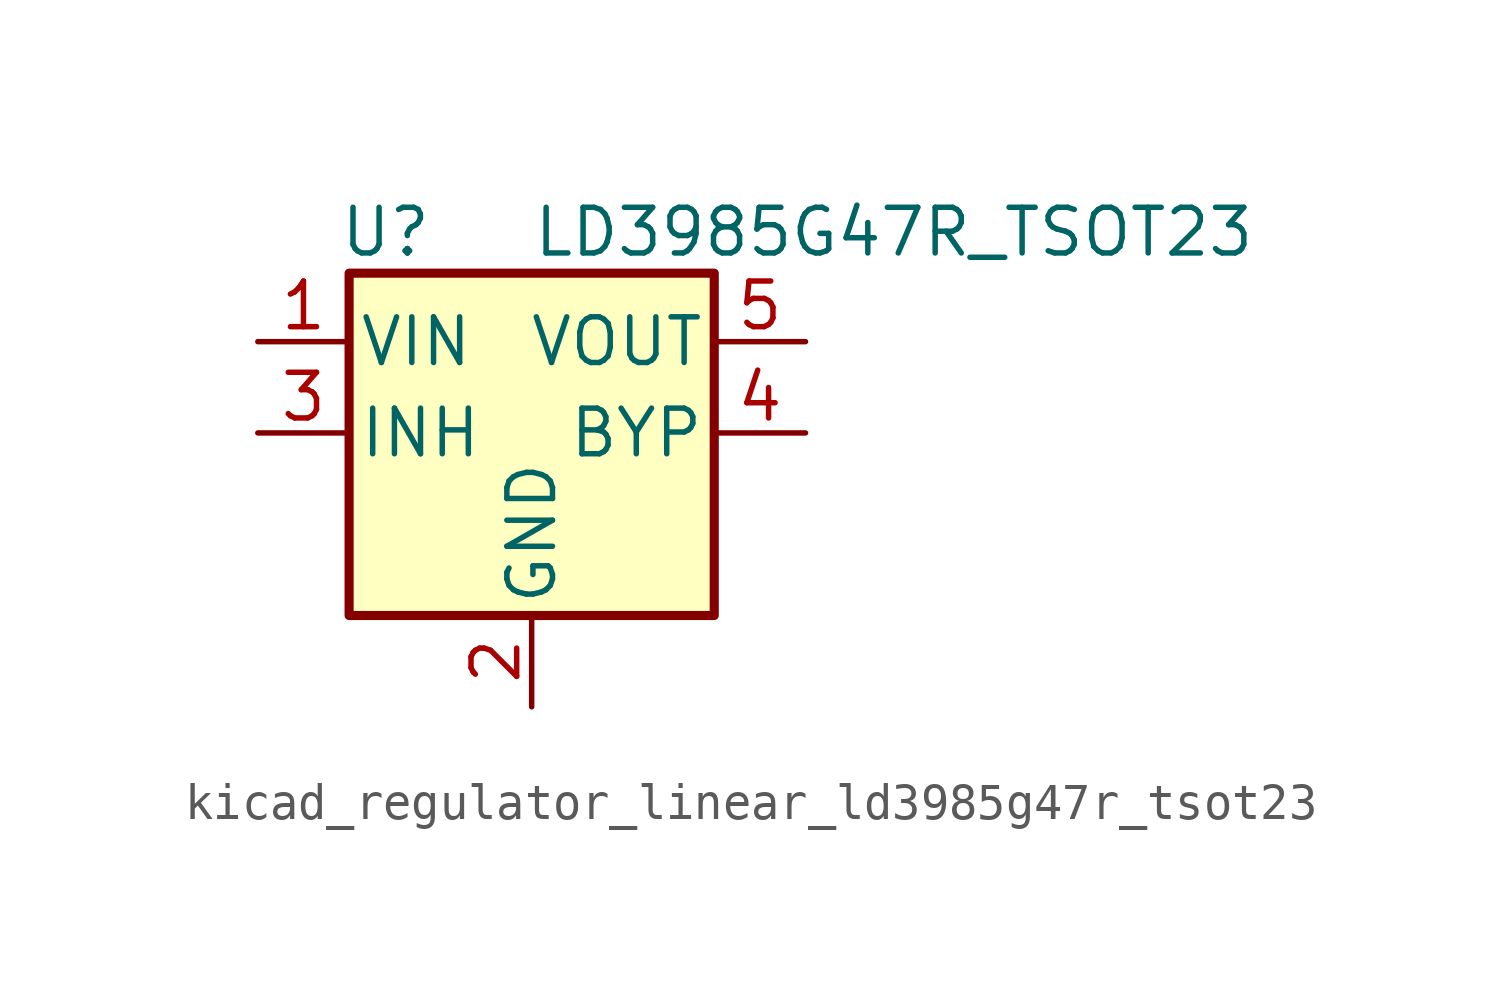
<source format=kicad_sym>
(kicad_symbol_lib
  (version 20220914)
  (generator kicad_symbol_editor)
  (symbol "kicad_regulator_linear_ld3985g47r_tsot23"
    (pin_names
      (offset 0.254))
    (property "Reference" "U"
      (at -4.064 5.588 0)
      (effects (font (size 1.27 1.27))))
    (property "Value" "LD3985G47R_TSOT23"
      (at 0 5.588 0)
      (effects (font (size 1.27 1.27)) (justify left)))
    (symbol "kicad_regulator_linear_ld3985g47r_tsot23_0_1"
      (rectangle (start -5.08 4.445) (end 5.08 -5.08) (stroke (width 0.254) (type default)) (fill (type background))))
    (symbol "kicad_regulator_linear_ld3985g47r_tsot23_1_1"
      (pin power_in line (at -7.62 2.54 0) (length 2.54) (name "VIN" (effects (font (size 1.27 1.27)))) (number "1" (effects (font (size 1.27 1.27)))))
      (pin power_in line (at 0 -7.62 90) (length 2.54) (name "GND" (effects (font (size 1.27 1.27)))) (number "2" (effects (font (size 1.27 1.27)))))
      (pin input line (at -7.62 0 0) (length 2.54) (name "INH" (effects (font (size 1.27 1.27)))) (number "3" (effects (font (size 1.27 1.27)))))
      (pin input line (at 7.62 0 180) (length 2.54) (name "BYP" (effects (font (size 1.27 1.27)))) (number "4" (effects (font (size 1.27 1.27)))))
      (pin power_out line (at 7.62 2.54 180) (length 2.54) (name "VOUT" (effects (font (size 1.27 1.27)))) (number "5" (effects (font (size 1.27 1.27))))))))
</source>
